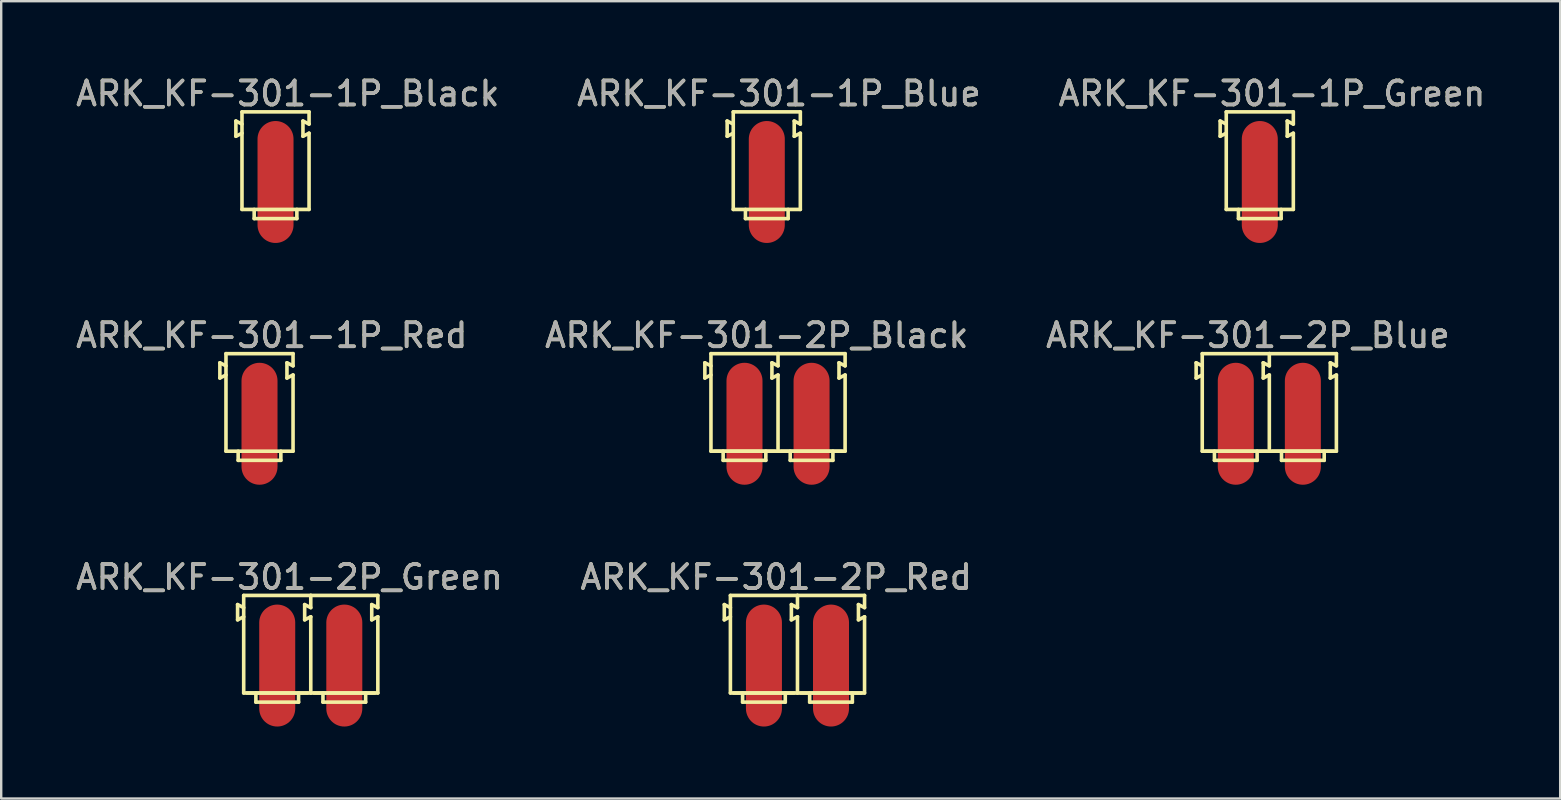
<source format=kicad_pcb>
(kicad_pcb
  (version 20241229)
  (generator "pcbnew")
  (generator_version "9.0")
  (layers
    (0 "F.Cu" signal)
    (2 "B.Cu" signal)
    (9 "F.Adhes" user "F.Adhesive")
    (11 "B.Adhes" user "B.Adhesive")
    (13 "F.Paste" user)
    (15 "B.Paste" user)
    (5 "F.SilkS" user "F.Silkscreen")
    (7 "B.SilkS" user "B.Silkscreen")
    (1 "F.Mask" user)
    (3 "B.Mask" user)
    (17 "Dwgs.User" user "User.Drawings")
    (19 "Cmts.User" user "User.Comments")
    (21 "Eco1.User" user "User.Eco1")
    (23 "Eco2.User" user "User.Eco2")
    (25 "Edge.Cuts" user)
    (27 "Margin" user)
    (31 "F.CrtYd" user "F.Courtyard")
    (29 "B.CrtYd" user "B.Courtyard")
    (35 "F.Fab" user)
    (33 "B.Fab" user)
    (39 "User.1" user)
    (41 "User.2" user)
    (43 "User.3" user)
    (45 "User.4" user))
  (footprint "ARK_KF-301-1P_Black"
    (layer "F.Cu")
    (at 8.427 3.261)
    (property "Reference" "ARK_KF-301-1P_Black" (at 0.508 -2.413 180) (layer "F.SilkS") (effects (font (size 1 1) (thickness 0.15))))
    (attr through_hole)
    (fp_line (start -1.651 -1.27) (end -1.651 -0.635) (stroke (width 0.15) (type solid)) (layer "F.SilkS"))
    (fp_line (start -1.651 -0.635) (end -1.397 -0.762) (stroke (width 0.15) (type solid)) (layer "F.SilkS"))
    (fp_line (start -1.397 -1.651) (end 1.397 -1.651) (stroke (width 0.15) (type solid)) (layer "F.SilkS"))
    (fp_line (start -1.397 -1.143) (end -1.651 -1.27) (stroke (width 0.15) (type solid)) (layer "F.SilkS"))
    (fp_line (start -1.397 2.413) (end -1.397 -1.651) (stroke (width 0.15) (type solid)) (layer "F.SilkS"))
    (fp_line (start -0.889 2.794) (end -0.889 2.413) (stroke (width 0.15) (type solid)) (layer "F.SilkS"))
    (fp_line (start 0.889 2.794) (end -0.889 2.794) (stroke (width 0.15) (type solid)) (layer "F.SilkS"))
    (fp_line (start 0.889 2.794) (end 0.889 2.413) (stroke (width 0.15) (type solid)) (layer "F.SilkS"))
    (fp_line (start 1.143 -1.27) (end 1.143 -0.635) (stroke (width 0.15) (type solid)) (layer "F.SilkS"))
    (fp_line (start 1.143 -0.635) (end 1.397 -0.762) (stroke (width 0.15) (type solid)) (layer "F.SilkS"))
    (fp_line (start 1.397 -1.143) (end 1.143 -1.27) (stroke (width 0.15) (type solid)) (layer "F.SilkS"))
    (fp_line (start 1.397 -1.143) (end 1.397 -1.651) (stroke (width 0.15) (type solid)) (layer "F.SilkS"))
    (fp_line (start 1.397 -0.762) (end 1.397 2.413) (stroke (width 0.15) (type solid)) (layer "F.SilkS"))
    (fp_line (start 1.397 2.413) (end -1.397 2.413) (stroke (width 0.15) (type solid)) (layer "F.SilkS"))
    (fp_text user "${REFERENCE}" (at 0.508 -2.413 0) (layer "F.Fab") (effects (font (size 1 1) (thickness 0.15))))
    (pad "1" smd oval (at 0 0) (size 1.5 5.08) (drill (offset 0 1.27)) (layers "F.Cu" "F.Mask" "F.Paste")))
  (footprint "ARK_KF-301-2P_Black"
    (layer "F.Cu")
    (at 27.962 13.332)
    (property "Reference" "ARK_KF-301-2P_Black" (at 0.508 -2.413 180) (layer "F.SilkS") (effects (font (size 1 1) (thickness 0.15))))
    (attr through_hole)
    (fp_line (start -1.651 -1.27) (end -1.651 -0.635) (stroke (width 0.15) (type solid)) (layer "F.SilkS"))
    (fp_line (start -1.651 -0.635) (end -1.397 -0.762) (stroke (width 0.15) (type solid)) (layer "F.SilkS"))
    (fp_line (start -1.397 -1.651) (end 1.397 -1.651) (stroke (width 0.15) (type solid)) (layer "F.SilkS"))
    (fp_line (start -1.397 -1.143) (end -1.651 -1.27) (stroke (width 0.15) (type solid)) (layer "F.SilkS"))
    (fp_line (start -1.397 2.413) (end -1.397 -1.651) (stroke (width 0.15) (type solid)) (layer "F.SilkS"))
    (fp_line (start -1.27 2.413) (end 1.27 2.413) (stroke (width 0.15) (type solid)) (layer "F.SilkS"))
    (fp_line (start -0.889 2.794) (end -0.889 2.413) (stroke (width 0.15) (type solid)) (layer "F.SilkS"))
    (fp_line (start 0.889 2.794) (end -0.889 2.794) (stroke (width 0.15) (type solid)) (layer "F.SilkS"))
    (fp_line (start 0.889 2.794) (end 0.889 2.413) (stroke (width 0.15) (type solid)) (layer "F.SilkS"))
    (fp_line (start 1.143 -1.27) (end 1.143 -0.635) (stroke (width 0.15) (type solid)) (layer "F.SilkS"))
    (fp_line (start 1.143 -0.635) (end 1.397 -0.762) (stroke (width 0.15) (type solid)) (layer "F.SilkS"))
    (fp_line (start 1.397 -1.651) (end 4.191 -1.651) (stroke (width 0.15) (type solid)) (layer "F.SilkS"))
    (fp_line (start 1.397 -1.143) (end 1.143 -1.27) (stroke (width 0.15) (type solid)) (layer "F.SilkS"))
    (fp_line (start 1.397 -1.143) (end 1.397 -1.651) (stroke (width 0.15) (type solid)) (layer "F.SilkS"))
    (fp_line (start 1.397 -0.762) (end 1.397 2.413) (stroke (width 0.15) (type solid)) (layer "F.SilkS"))
    (fp_line (start 1.397 2.413) (end -1.397 2.413) (stroke (width 0.15) (type solid)) (layer "F.SilkS"))
    (fp_line (start 1.524 2.413) (end 4.064 2.413) (stroke (width 0.15) (type solid)) (layer "F.SilkS"))
    (fp_line (start 1.905 2.794) (end 1.905 2.413) (stroke (width 0.15) (type solid)) (layer "F.SilkS"))
    (fp_line (start 3.683 2.794) (end 1.905 2.794) (stroke (width 0.15) (type solid)) (layer "F.SilkS"))
    (fp_line (start 3.683 2.794) (end 3.683 2.413) (stroke (width 0.15) (type solid)) (layer "F.SilkS"))
    (fp_line (start 3.937 -1.27) (end 3.937 -0.635) (stroke (width 0.15) (type solid)) (layer "F.SilkS"))
    (fp_line (start 3.937 -0.635) (end 4.191 -0.762) (stroke (width 0.15) (type solid)) (layer "F.SilkS"))
    (fp_line (start 4.191 -1.143) (end 3.937 -1.27) (stroke (width 0.15) (type solid)) (layer "F.SilkS"))
    (fp_line (start 4.191 -1.143) (end 4.191 -1.651) (stroke (width 0.15) (type solid)) (layer "F.SilkS"))
    (fp_line (start 4.191 -0.762) (end 4.191 2.413) (stroke (width 0.15) (type solid)) (layer "F.SilkS"))
    (fp_line (start 4.191 2.413) (end 1.397 2.413) (stroke (width 0.15) (type solid)) (layer "F.SilkS"))
    (fp_text user "${REFERENCE}" (at 0.508 -2.413 0) (layer "F.Fab") (effects (font (size 1 1) (thickness 0.15))))
    (pad "1" smd oval (at 0 0) (size 1.5 5.08) (drill (offset 0 1.27)) (layers "F.Cu" "F.Mask" "F.Paste"))
    (pad "2" smd oval (at 2.794 0) (size 1.5 5.08) (drill (offset 0 1.27)) (layers "F.Cu" "F.Mask" "F.Paste")))
  (footprint "ARK_KF-301-1P_Green"
    (layer "F.Cu")
    (at 49.427 3.261)
    (property "Reference" "ARK_KF-301-1P_Green" (at 0.508 -2.413 180) (layer "F.SilkS") (effects (font (size 1 1) (thickness 0.15))))
    (attr through_hole)
    (fp_line (start -1.651 -1.27) (end -1.651 -0.635) (stroke (width 0.15) (type solid)) (layer "F.SilkS"))
    (fp_line (start -1.651 -0.635) (end -1.397 -0.762) (stroke (width 0.15) (type solid)) (layer "F.SilkS"))
    (fp_line (start -1.397 -1.651) (end 1.397 -1.651) (stroke (width 0.15) (type solid)) (layer "F.SilkS"))
    (fp_line (start -1.397 -1.143) (end -1.651 -1.27) (stroke (width 0.15) (type solid)) (layer "F.SilkS"))
    (fp_line (start -1.397 2.413) (end -1.397 -1.651) (stroke (width 0.15) (type solid)) (layer "F.SilkS"))
    (fp_line (start -0.889 2.794) (end -0.889 2.413) (stroke (width 0.15) (type solid)) (layer "F.SilkS"))
    (fp_line (start 0.889 2.794) (end -0.889 2.794) (stroke (width 0.15) (type solid)) (layer "F.SilkS"))
    (fp_line (start 0.889 2.794) (end 0.889 2.413) (stroke (width 0.15) (type solid)) (layer "F.SilkS"))
    (fp_line (start 1.143 -1.27) (end 1.143 -0.635) (stroke (width 0.15) (type solid)) (layer "F.SilkS"))
    (fp_line (start 1.143 -0.635) (end 1.397 -0.762) (stroke (width 0.15) (type solid)) (layer "F.SilkS"))
    (fp_line (start 1.397 -1.143) (end 1.143 -1.27) (stroke (width 0.15) (type solid)) (layer "F.SilkS"))
    (fp_line (start 1.397 -1.143) (end 1.397 -1.651) (stroke (width 0.15) (type solid)) (layer "F.SilkS"))
    (fp_line (start 1.397 -0.762) (end 1.397 2.413) (stroke (width 0.15) (type solid)) (layer "F.SilkS"))
    (fp_line (start 1.397 2.413) (end -1.397 2.413) (stroke (width 0.15) (type solid)) (layer "F.SilkS"))
    (fp_text user "${REFERENCE}" (at 0.508 -2.413 0) (layer "F.Fab") (effects (font (size 1 1) (thickness 0.15))))
    (pad "1" smd oval (at 0 0) (size 1.5 5.08) (drill (offset 0 1.27)) (layers "F.Cu" "F.Mask" "F.Paste")))
  (footprint "ARK_KF-301-2P_Red"
    (layer "F.Cu")
    (at 28.772 23.404)
    (property "Reference" "ARK_KF-301-2P_Red" (at 0.508 -2.413 180) (layer "F.SilkS") (effects (font (size 1 1) (thickness 0.15))))
    (attr through_hole)
    (fp_line (start -1.651 -1.27) (end -1.651 -0.635) (stroke (width 0.15) (type solid)) (layer "F.SilkS"))
    (fp_line (start -1.651 -0.635) (end -1.397 -0.762) (stroke (width 0.15) (type solid)) (layer "F.SilkS"))
    (fp_line (start -1.397 -1.651) (end 1.397 -1.651) (stroke (width 0.15) (type solid)) (layer "F.SilkS"))
    (fp_line (start -1.397 -1.143) (end -1.651 -1.27) (stroke (width 0.15) (type solid)) (layer "F.SilkS"))
    (fp_line (start -1.397 2.413) (end -1.397 -1.651) (stroke (width 0.15) (type solid)) (layer "F.SilkS"))
    (fp_line (start -1.27 2.413) (end 1.27 2.413) (stroke (width 0.15) (type solid)) (layer "F.SilkS"))
    (fp_line (start -0.889 2.794) (end -0.889 2.413) (stroke (width 0.15) (type solid)) (layer "F.SilkS"))
    (fp_line (start 0.889 2.794) (end -0.889 2.794) (stroke (width 0.15) (type solid)) (layer "F.SilkS"))
    (fp_line (start 0.889 2.794) (end 0.889 2.413) (stroke (width 0.15) (type solid)) (layer "F.SilkS"))
    (fp_line (start 1.143 -1.27) (end 1.143 -0.635) (stroke (width 0.15) (type solid)) (layer "F.SilkS"))
    (fp_line (start 1.143 -0.635) (end 1.397 -0.762) (stroke (width 0.15) (type solid)) (layer "F.SilkS"))
    (fp_line (start 1.397 -1.651) (end 4.191 -1.651) (stroke (width 0.15) (type solid)) (layer "F.SilkS"))
    (fp_line (start 1.397 -1.143) (end 1.143 -1.27) (stroke (width 0.15) (type solid)) (layer "F.SilkS"))
    (fp_line (start 1.397 -1.143) (end 1.397 -1.651) (stroke (width 0.15) (type solid)) (layer "F.SilkS"))
    (fp_line (start 1.397 -0.762) (end 1.397 2.413) (stroke (width 0.15) (type solid)) (layer "F.SilkS"))
    (fp_line (start 1.397 2.413) (end -1.397 2.413) (stroke (width 0.15) (type solid)) (layer "F.SilkS"))
    (fp_line (start 1.524 2.413) (end 4.064 2.413) (stroke (width 0.15) (type solid)) (layer "F.SilkS"))
    (fp_line (start 1.905 2.794) (end 1.905 2.413) (stroke (width 0.15) (type solid)) (layer "F.SilkS"))
    (fp_line (start 3.683 2.794) (end 1.905 2.794) (stroke (width 0.15) (type solid)) (layer "F.SilkS"))
    (fp_line (start 3.683 2.794) (end 3.683 2.413) (stroke (width 0.15) (type solid)) (layer "F.SilkS"))
    (fp_line (start 3.937 -1.27) (end 3.937 -0.635) (stroke (width 0.15) (type solid)) (layer "F.SilkS"))
    (fp_line (start 3.937 -0.635) (end 4.191 -0.762) (stroke (width 0.15) (type solid)) (layer "F.SilkS"))
    (fp_line (start 4.191 -1.143) (end 3.937 -1.27) (stroke (width 0.15) (type solid)) (layer "F.SilkS"))
    (fp_line (start 4.191 -1.143) (end 4.191 -1.651) (stroke (width 0.15) (type solid)) (layer "F.SilkS"))
    (fp_line (start 4.191 -0.762) (end 4.191 2.413) (stroke (width 0.15) (type solid)) (layer "F.SilkS"))
    (fp_line (start 4.191 2.413) (end 1.397 2.413) (stroke (width 0.15) (type solid)) (layer "F.SilkS"))
    (fp_text user "${REFERENCE}" (at 0.508 -2.413 0) (layer "F.Fab") (effects (font (size 1 1) (thickness 0.15))))
    (pad "1" smd oval (at 0 0) (size 1.5 5.08) (drill (offset 0 1.27)) (layers "F.Cu" "F.Mask" "F.Paste"))
    (pad "2" smd oval (at 2.794 0) (size 1.5 5.08) (drill (offset 0 1.27)) (layers "F.Cu" "F.Mask" "F.Paste")))
  (footprint "ARK_KF-301-2P_Green"
    (layer "F.Cu")
    (at 8.498 23.404)
    (property "Reference" "ARK_KF-301-2P_Green" (at 0.508 -2.413 180) (layer "F.SilkS") (effects (font (size 1 1) (thickness 0.15))))
    (attr through_hole)
    (fp_line (start -1.651 -1.27) (end -1.651 -0.635) (stroke (width 0.15) (type solid)) (layer "F.SilkS"))
    (fp_line (start -1.651 -0.635) (end -1.397 -0.762) (stroke (width 0.15) (type solid)) (layer "F.SilkS"))
    (fp_line (start -1.397 -1.651) (end 1.397 -1.651) (stroke (width 0.15) (type solid)) (layer "F.SilkS"))
    (fp_line (start -1.397 -1.143) (end -1.651 -1.27) (stroke (width 0.15) (type solid)) (layer "F.SilkS"))
    (fp_line (start -1.397 2.413) (end -1.397 -1.651) (stroke (width 0.15) (type solid)) (layer "F.SilkS"))
    (fp_line (start -1.27 2.413) (end 1.27 2.413) (stroke (width 0.15) (type solid)) (layer "F.SilkS"))
    (fp_line (start -0.889 2.794) (end -0.889 2.413) (stroke (width 0.15) (type solid)) (layer "F.SilkS"))
    (fp_line (start 0.889 2.794) (end -0.889 2.794) (stroke (width 0.15) (type solid)) (layer "F.SilkS"))
    (fp_line (start 0.889 2.794) (end 0.889 2.413) (stroke (width 0.15) (type solid)) (layer "F.SilkS"))
    (fp_line (start 1.143 -1.27) (end 1.143 -0.635) (stroke (width 0.15) (type solid)) (layer "F.SilkS"))
    (fp_line (start 1.143 -0.635) (end 1.397 -0.762) (stroke (width 0.15) (type solid)) (layer "F.SilkS"))
    (fp_line (start 1.397 -1.651) (end 4.191 -1.651) (stroke (width 0.15) (type solid)) (layer "F.SilkS"))
    (fp_line (start 1.397 -1.143) (end 1.143 -1.27) (stroke (width 0.15) (type solid)) (layer "F.SilkS"))
    (fp_line (start 1.397 -1.143) (end 1.397 -1.651) (stroke (width 0.15) (type solid)) (layer "F.SilkS"))
    (fp_line (start 1.397 -0.762) (end 1.397 2.413) (stroke (width 0.15) (type solid)) (layer "F.SilkS"))
    (fp_line (start 1.397 2.413) (end -1.397 2.413) (stroke (width 0.15) (type solid)) (layer "F.SilkS"))
    (fp_line (start 1.524 2.413) (end 4.064 2.413) (stroke (width 0.15) (type solid)) (layer "F.SilkS"))
    (fp_line (start 1.905 2.794) (end 1.905 2.413) (stroke (width 0.15) (type solid)) (layer "F.SilkS"))
    (fp_line (start 3.683 2.794) (end 1.905 2.794) (stroke (width 0.15) (type solid)) (layer "F.SilkS"))
    (fp_line (start 3.683 2.794) (end 3.683 2.413) (stroke (width 0.15) (type solid)) (layer "F.SilkS"))
    (fp_line (start 3.937 -1.27) (end 3.937 -0.635) (stroke (width 0.15) (type solid)) (layer "F.SilkS"))
    (fp_line (start 3.937 -0.635) (end 4.191 -0.762) (stroke (width 0.15) (type solid)) (layer "F.SilkS"))
    (fp_line (start 4.191 -1.143) (end 3.937 -1.27) (stroke (width 0.15) (type solid)) (layer "F.SilkS"))
    (fp_line (start 4.191 -1.143) (end 4.191 -1.651) (stroke (width 0.15) (type solid)) (layer "F.SilkS"))
    (fp_line (start 4.191 -0.762) (end 4.191 2.413) (stroke (width 0.15) (type solid)) (layer "F.SilkS"))
    (fp_line (start 4.191 2.413) (end 1.397 2.413) (stroke (width 0.15) (type solid)) (layer "F.SilkS"))
    (fp_text user "${REFERENCE}" (at 0.508 -2.413 0) (layer "F.Fab") (effects (font (size 1 1) (thickness 0.15))))
    (pad "1" smd oval (at 0 0) (size 1.5 5.08) (drill (offset 0 1.27)) (layers "F.Cu" "F.Mask" "F.Paste"))
    (pad "2" smd oval (at 2.794 0) (size 1.5 5.08) (drill (offset 0 1.27)) (layers "F.Cu" "F.Mask" "F.Paste")))
  (footprint "ARK_KF-301-1P_Red"
    (layer "F.Cu")
    (at 7.76 13.332)
    (property "Reference" "ARK_KF-301-1P_Red" (at 0.508 -2.413 180) (layer "F.SilkS") (effects (font (size 1 1) (thickness 0.15))))
    (attr through_hole)
    (fp_line (start -1.651 -1.27) (end -1.651 -0.635) (stroke (width 0.15) (type solid)) (layer "F.SilkS"))
    (fp_line (start -1.651 -0.635) (end -1.397 -0.762) (stroke (width 0.15) (type solid)) (layer "F.SilkS"))
    (fp_line (start -1.397 -1.651) (end 1.397 -1.651) (stroke (width 0.15) (type solid)) (layer "F.SilkS"))
    (fp_line (start -1.397 -1.143) (end -1.651 -1.27) (stroke (width 0.15) (type solid)) (layer "F.SilkS"))
    (fp_line (start -1.397 2.413) (end -1.397 -1.651) (stroke (width 0.15) (type solid)) (layer "F.SilkS"))
    (fp_line (start -0.889 2.794) (end -0.889 2.413) (stroke (width 0.15) (type solid)) (layer "F.SilkS"))
    (fp_line (start 0.889 2.794) (end -0.889 2.794) (stroke (width 0.15) (type solid)) (layer "F.SilkS"))
    (fp_line (start 0.889 2.794) (end 0.889 2.413) (stroke (width 0.15) (type solid)) (layer "F.SilkS"))
    (fp_line (start 1.143 -1.27) (end 1.143 -0.635) (stroke (width 0.15) (type solid)) (layer "F.SilkS"))
    (fp_line (start 1.143 -0.635) (end 1.397 -0.762) (stroke (width 0.15) (type solid)) (layer "F.SilkS"))
    (fp_line (start 1.397 -1.143) (end 1.143 -1.27) (stroke (width 0.15) (type solid)) (layer "F.SilkS"))
    (fp_line (start 1.397 -1.143) (end 1.397 -1.651) (stroke (width 0.15) (type solid)) (layer "F.SilkS"))
    (fp_line (start 1.397 -0.762) (end 1.397 2.413) (stroke (width 0.15) (type solid)) (layer "F.SilkS"))
    (fp_line (start 1.397 2.413) (end -1.397 2.413) (stroke (width 0.15) (type solid)) (layer "F.SilkS"))
    (fp_text user "${REFERENCE}" (at 0.508 -2.413 0) (layer "F.Fab") (effects (font (size 1 1) (thickness 0.15))))
    (pad "1" smd oval (at 0 0) (size 1.5 5.08) (drill (offset 0 1.27)) (layers "F.Cu" "F.Mask" "F.Paste")))
  (footprint "ARK_KF-301-1P_Blue"
    (layer "F.Cu")
    (at 28.891 3.261)
    (property "Reference" "ARK_KF-301-1P_Blue" (at 0.508 -2.413 180) (layer "F.SilkS") (effects (font (size 1 1) (thickness 0.15))))
    (attr through_hole)
    (fp_line (start -1.651 -1.27) (end -1.651 -0.635) (stroke (width 0.15) (type solid)) (layer "F.SilkS"))
    (fp_line (start -1.651 -0.635) (end -1.397 -0.762) (stroke (width 0.15) (type solid)) (layer "F.SilkS"))
    (fp_line (start -1.397 -1.651) (end 1.397 -1.651) (stroke (width 0.15) (type solid)) (layer "F.SilkS"))
    (fp_line (start -1.397 -1.143) (end -1.651 -1.27) (stroke (width 0.15) (type solid)) (layer "F.SilkS"))
    (fp_line (start -1.397 2.413) (end -1.397 -1.651) (stroke (width 0.15) (type solid)) (layer "F.SilkS"))
    (fp_line (start -0.889 2.794) (end -0.889 2.413) (stroke (width 0.15) (type solid)) (layer "F.SilkS"))
    (fp_line (start 0.889 2.794) (end -0.889 2.794) (stroke (width 0.15) (type solid)) (layer "F.SilkS"))
    (fp_line (start 0.889 2.794) (end 0.889 2.413) (stroke (width 0.15) (type solid)) (layer "F.SilkS"))
    (fp_line (start 1.143 -1.27) (end 1.143 -0.635) (stroke (width 0.15) (type solid)) (layer "F.SilkS"))
    (fp_line (start 1.143 -0.635) (end 1.397 -0.762) (stroke (width 0.15) (type solid)) (layer "F.SilkS"))
    (fp_line (start 1.397 -1.143) (end 1.143 -1.27) (stroke (width 0.15) (type solid)) (layer "F.SilkS"))
    (fp_line (start 1.397 -1.143) (end 1.397 -1.651) (stroke (width 0.15) (type solid)) (layer "F.SilkS"))
    (fp_line (start 1.397 -0.762) (end 1.397 2.413) (stroke (width 0.15) (type solid)) (layer "F.SilkS"))
    (fp_line (start 1.397 2.413) (end -1.397 2.413) (stroke (width 0.15) (type solid)) (layer "F.SilkS"))
    (fp_text user "${REFERENCE}" (at 0.508 -2.413 0) (layer "F.Fab") (effects (font (size 1 1) (thickness 0.15))))
    (pad "1" smd oval (at 0 0) (size 1.5 5.08) (drill (offset 0 1.27)) (layers "F.Cu" "F.Mask" "F.Paste")))
  (footprint "ARK_KF-301-2P_Blue"
    (layer "F.Cu")
    (at 48.427 13.332)
    (property "Reference" "ARK_KF-301-2P_Blue" (at 0.508 -2.413 180) (layer "F.SilkS") (effects (font (size 1 1) (thickness 0.15))))
    (attr through_hole)
    (fp_line (start -1.651 -1.27) (end -1.651 -0.635) (stroke (width 0.15) (type solid)) (layer "F.SilkS"))
    (fp_line (start -1.651 -0.635) (end -1.397 -0.762) (stroke (width 0.15) (type solid)) (layer "F.SilkS"))
    (fp_line (start -1.397 -1.651) (end 1.397 -1.651) (stroke (width 0.15) (type solid)) (layer "F.SilkS"))
    (fp_line (start -1.397 -1.143) (end -1.651 -1.27) (stroke (width 0.15) (type solid)) (layer "F.SilkS"))
    (fp_line (start -1.397 2.413) (end -1.397 -1.651) (stroke (width 0.15) (type solid)) (layer "F.SilkS"))
    (fp_line (start -1.27 2.413) (end 1.27 2.413) (stroke (width 0.15) (type solid)) (layer "F.SilkS"))
    (fp_line (start -0.889 2.794) (end -0.889 2.413) (stroke (width 0.15) (type solid)) (layer "F.SilkS"))
    (fp_line (start 0.889 2.794) (end -0.889 2.794) (stroke (width 0.15) (type solid)) (layer "F.SilkS"))
    (fp_line (start 0.889 2.794) (end 0.889 2.413) (stroke (width 0.15) (type solid)) (layer "F.SilkS"))
    (fp_line (start 1.143 -1.27) (end 1.143 -0.635) (stroke (width 0.15) (type solid)) (layer "F.SilkS"))
    (fp_line (start 1.143 -0.635) (end 1.397 -0.762) (stroke (width 0.15) (type solid)) (layer "F.SilkS"))
    (fp_line (start 1.397 -1.651) (end 4.191 -1.651) (stroke (width 0.15) (type solid)) (layer "F.SilkS"))
    (fp_line (start 1.397 -1.143) (end 1.143 -1.27) (stroke (width 0.15) (type solid)) (layer "F.SilkS"))
    (fp_line (start 1.397 -1.143) (end 1.397 -1.651) (stroke (width 0.15) (type solid)) (layer "F.SilkS"))
    (fp_line (start 1.397 -0.762) (end 1.397 2.413) (stroke (width 0.15) (type solid)) (layer "F.SilkS"))
    (fp_line (start 1.397 2.413) (end -1.397 2.413) (stroke (width 0.15) (type solid)) (layer "F.SilkS"))
    (fp_line (start 1.524 2.413) (end 4.064 2.413) (stroke (width 0.15) (type solid)) (layer "F.SilkS"))
    (fp_line (start 1.905 2.794) (end 1.905 2.413) (stroke (width 0.15) (type solid)) (layer "F.SilkS"))
    (fp_line (start 3.683 2.794) (end 1.905 2.794) (stroke (width 0.15) (type solid)) (layer "F.SilkS"))
    (fp_line (start 3.683 2.794) (end 3.683 2.413) (stroke (width 0.15) (type solid)) (layer "F.SilkS"))
    (fp_line (start 3.937 -1.27) (end 3.937 -0.635) (stroke (width 0.15) (type solid)) (layer "F.SilkS"))
    (fp_line (start 3.937 -0.635) (end 4.191 -0.762) (stroke (width 0.15) (type solid)) (layer "F.SilkS"))
    (fp_line (start 4.191 -1.143) (end 3.937 -1.27) (stroke (width 0.15) (type solid)) (layer "F.SilkS"))
    (fp_line (start 4.191 -1.143) (end 4.191 -1.651) (stroke (width 0.15) (type solid)) (layer "F.SilkS"))
    (fp_line (start 4.191 -0.762) (end 4.191 2.413) (stroke (width 0.15) (type solid)) (layer "F.SilkS"))
    (fp_line (start 4.191 2.413) (end 1.397 2.413) (stroke (width 0.15) (type solid)) (layer "F.SilkS"))
    (fp_text user "${REFERENCE}" (at 0.508 -2.413 0) (layer "F.Fab") (effects (font (size 1 1) (thickness 0.15))))
    (pad "1" smd oval (at 0 0) (size 1.5 5.08) (drill (offset 0 1.27)) (layers "F.Cu" "F.Mask" "F.Paste"))
    (pad "2" smd oval (at 2.794 0) (size 1.5 5.08) (drill (offset 0 1.27)) (layers "F.Cu" "F.Mask" "F.Paste")))
  (gr_rect
    (start -3 -3)
    (end 61.94 30.214)
    (stroke (width 0.1) (type default))
    (fill no)
    (layer "Edge.Cuts")))
</source>
